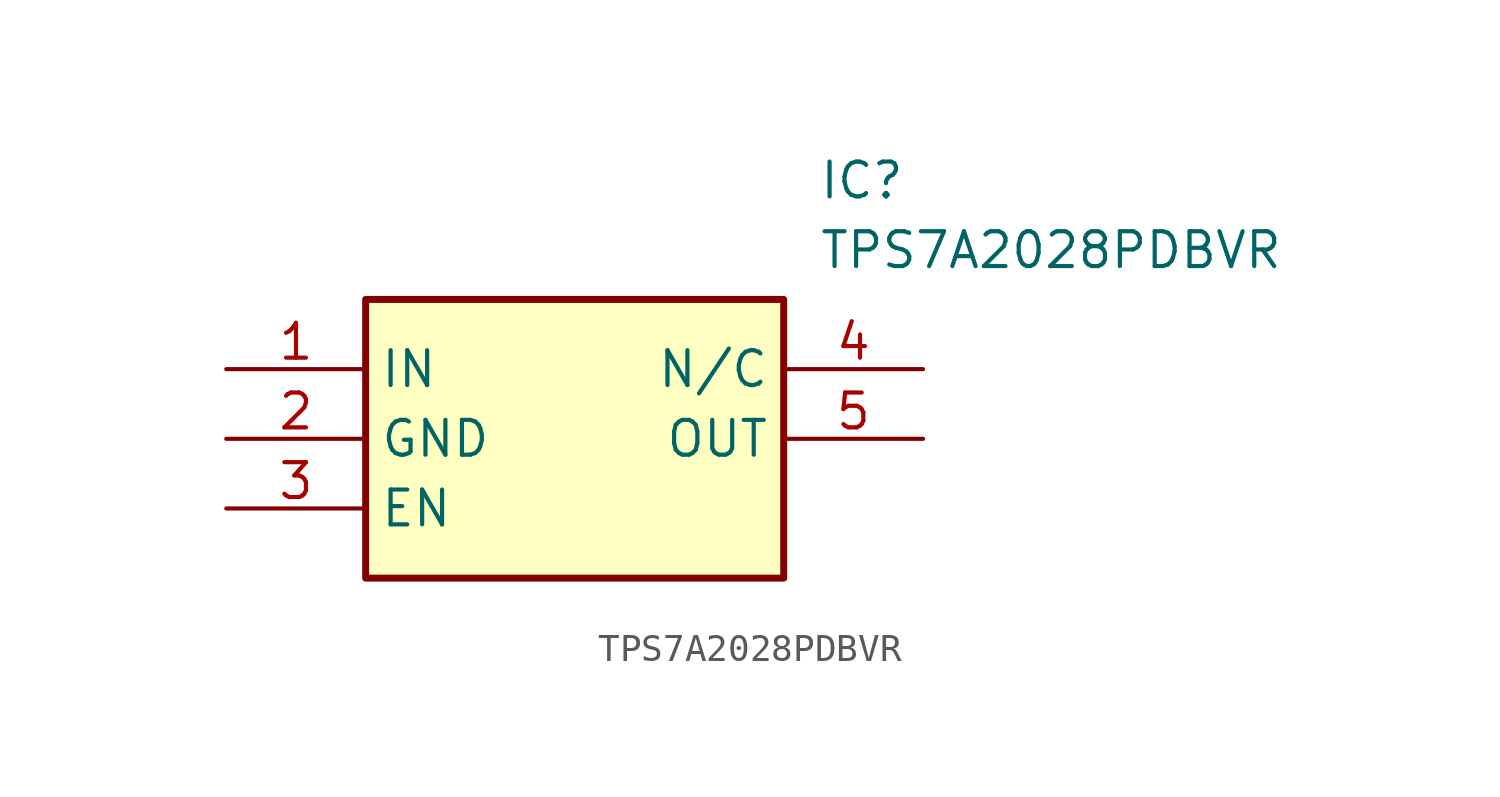
<source format=kicad_sym>
(kicad_symbol_lib
  (version 20241209)
  (generator "kicad_symbol_editor")
  (generator_version "9.0")
  (symbol "TPS7A2028PDBVR"
    (property "Reference" "IC"
      (at 21.59 7.62 0)
      (effects (font (size 1.27 1.27)) (justify left top)))
    (property "Value" "TPS7A2028PDBVR"
      (at 21.59 5.08 0)
      (effects (font (size 1.27 1.27)) (justify left top)))
    (symbol "TPS7A2028PDBVR_1_1"
      (rectangle (start 5.08 2.54) (end 20.32 -7.62) (stroke (width 0.254) (type default)) (fill (type background)))
      (pin passive line (at 0 0 0) (length 5.08) (name "IN" (effects (font (size 1.27 1.27)))) (number "1" (effects (font (size 1.27 1.27)))))
      (pin passive line (at 0 -2.54 0) (length 5.08) (name "GND" (effects (font (size 1.27 1.27)))) (number "2" (effects (font (size 1.27 1.27)))))
      (pin passive line (at 0 -5.08 0) (length 5.08) (name "EN" (effects (font (size 1.27 1.27)))) (number "3" (effects (font (size 1.27 1.27)))))
      (pin passive line (at 25.4 0 180) (length 5.08) (name "N/C" (effects (font (size 1.27 1.27)))) (number "4" (effects (font (size 1.27 1.27)))))
      (pin passive line (at 25.4 -2.54 180) (length 5.08) (name "OUT" (effects (font (size 1.27 1.27)))) (number "5" (effects (font (size 1.27 1.27))))))))
</source>
